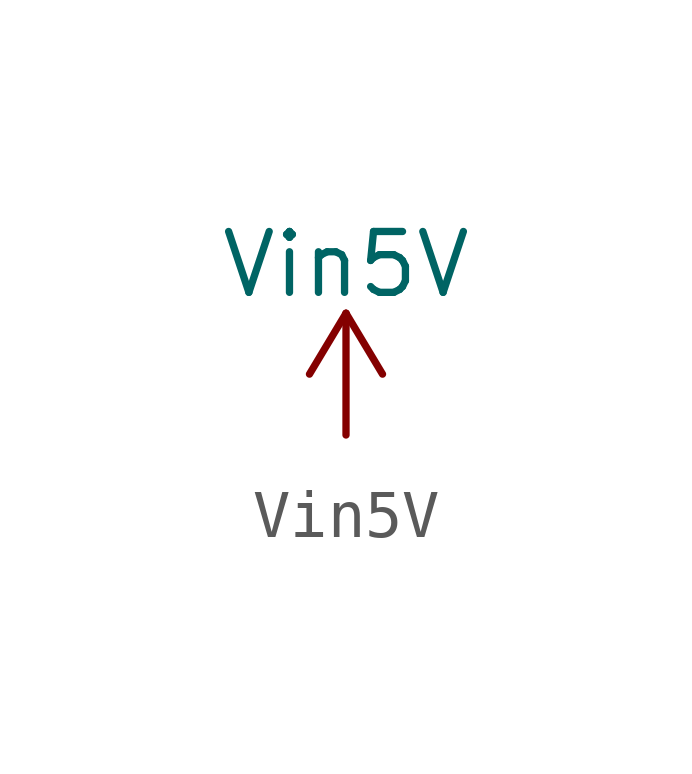
<source format=kicad_sym>
(kicad_symbol_lib
  (version 20241209)
  (generator "kicad_symbol_editor")
  (generator_version "9.0")
  (symbol "Vin5V"
    (power)
    (pin_names
      (offset 0))
    (property "Reference" "#PWR"
      (at 0 -3.81 0)
      (effects (font (size 1.27 1.27)) (hide yes)))
    (property "Value" "Vin5V"
      (at 0 3.556 0)
      (effects (font (size 1.27 1.27))))
    (symbol "Vin5V_0_1"
      (polyline (pts (xy -0.762 1.27) (xy 0 2.54)) (stroke (width 0) (type default)) (fill (type none)))
      (polyline (pts (xy 0 2.54) (xy 0.762 1.27)) (stroke (width 0) (type default)) (fill (type none)))
      (polyline (pts (xy 0 0) (xy 0 2.54)) (stroke (width 0) (type default)) (fill (type none))))
    (symbol "Vin5V_1_1"
      (pin power_in line (at 0 0 90) (length 0) (hide yes) (name "+5V" (effects (font (size 1.27 1.27)))) (number "1" (effects (font (size 1.27 1.27))))))))
</source>
